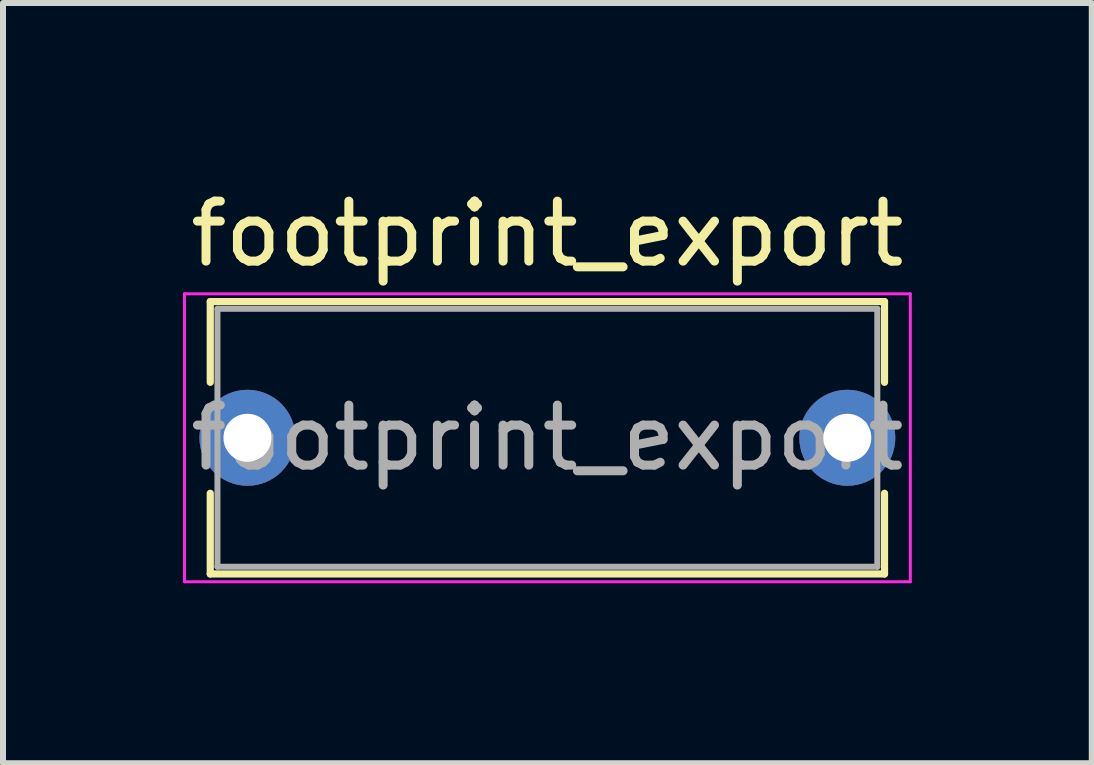
<source format=kicad_pcb>
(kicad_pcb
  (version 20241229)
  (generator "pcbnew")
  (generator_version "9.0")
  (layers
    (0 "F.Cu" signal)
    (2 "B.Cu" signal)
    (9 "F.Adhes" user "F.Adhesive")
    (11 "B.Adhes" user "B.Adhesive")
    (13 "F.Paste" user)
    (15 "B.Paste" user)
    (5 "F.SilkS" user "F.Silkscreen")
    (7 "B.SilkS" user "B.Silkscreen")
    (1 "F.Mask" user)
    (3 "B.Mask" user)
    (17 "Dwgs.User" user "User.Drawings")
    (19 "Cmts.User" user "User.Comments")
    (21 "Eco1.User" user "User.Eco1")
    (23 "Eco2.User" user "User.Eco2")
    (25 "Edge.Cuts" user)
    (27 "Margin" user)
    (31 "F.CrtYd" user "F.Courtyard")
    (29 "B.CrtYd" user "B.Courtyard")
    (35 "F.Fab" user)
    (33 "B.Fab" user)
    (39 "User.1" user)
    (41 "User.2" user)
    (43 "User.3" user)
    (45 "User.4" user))
  (footprint "footprint_export"
    (layer "F.Cu")
    (at 1.075 4.248)
    (property "Reference" "footprint_export" (at 5 -3.4 0) (layer "F.SilkS") (effects (font (size 1 1) (thickness 0.15))))
    (attr through_hole)
    (fp_line (start -0.62 -2.27) (end -0.62 -0.925) (stroke (width 0.12) (type solid)) (layer "F.SilkS"))
    (fp_line (start -0.62 -2.27) (end 10.62 -2.27) (stroke (width 0.12) (type solid)) (layer "F.SilkS"))
    (fp_line (start -0.62 0.925) (end -0.62 2.27) (stroke (width 0.12) (type solid)) (layer "F.SilkS"))
    (fp_line (start -0.62 2.27) (end 10.62 2.27) (stroke (width 0.12) (type solid)) (layer "F.SilkS"))
    (fp_line (start 10.62 -2.27) (end 10.62 -0.925) (stroke (width 0.12) (type solid)) (layer "F.SilkS"))
    (fp_line (start 10.62 0.925) (end 10.62 2.27) (stroke (width 0.12) (type solid)) (layer "F.SilkS"))
    (fp_line (start -1.05 -2.4) (end -1.05 2.4) (stroke (width 0.05) (type solid)) (layer "F.CrtYd"))
    (fp_line (start -1.05 2.4) (end 11.05 2.4) (stroke (width 0.05) (type solid)) (layer "F.CrtYd"))
    (fp_line (start 11.05 -2.4) (end -1.05 -2.4) (stroke (width 0.05) (type solid)) (layer "F.CrtYd"))
    (fp_line (start 11.05 2.4) (end 11.05 -2.4) (stroke (width 0.05) (type solid)) (layer "F.CrtYd"))
    (fp_line (start -0.5 -2.15) (end -0.5 2.15) (stroke (width 0.1) (type solid)) (layer "F.Fab"))
    (fp_line (start -0.5 2.15) (end 10.5 2.15) (stroke (width 0.1) (type solid)) (layer "F.Fab"))
    (fp_line (start 10.5 -2.15) (end -0.5 -2.15) (stroke (width 0.1) (type solid)) (layer "F.Fab"))
    (fp_line (start 10.5 2.15) (end 10.5 -2.15) (stroke (width 0.1) (type solid)) (layer "F.Fab"))
    (fp_text user "${REFERENCE}" (at 5 0 0) (layer "F.Fab") (effects (font (size 1 1) (thickness 0.15))))
    (pad "1" thru_hole circle (at 0 0) (size 1.6 1.6) (drill 0.8) (layers "*.Cu" "*.Mask"))
    (pad "2" thru_hole circle (at 10 0) (size 1.6 1.6) (drill 0.8) (layers "*.Cu" "*.Mask")))
  (gr_rect
    (start -3 -3)
    (end 15.15 9.673)
    (stroke (width 0.1) (type default))
    (fill no)
    (layer "Edge.Cuts")))
</source>
